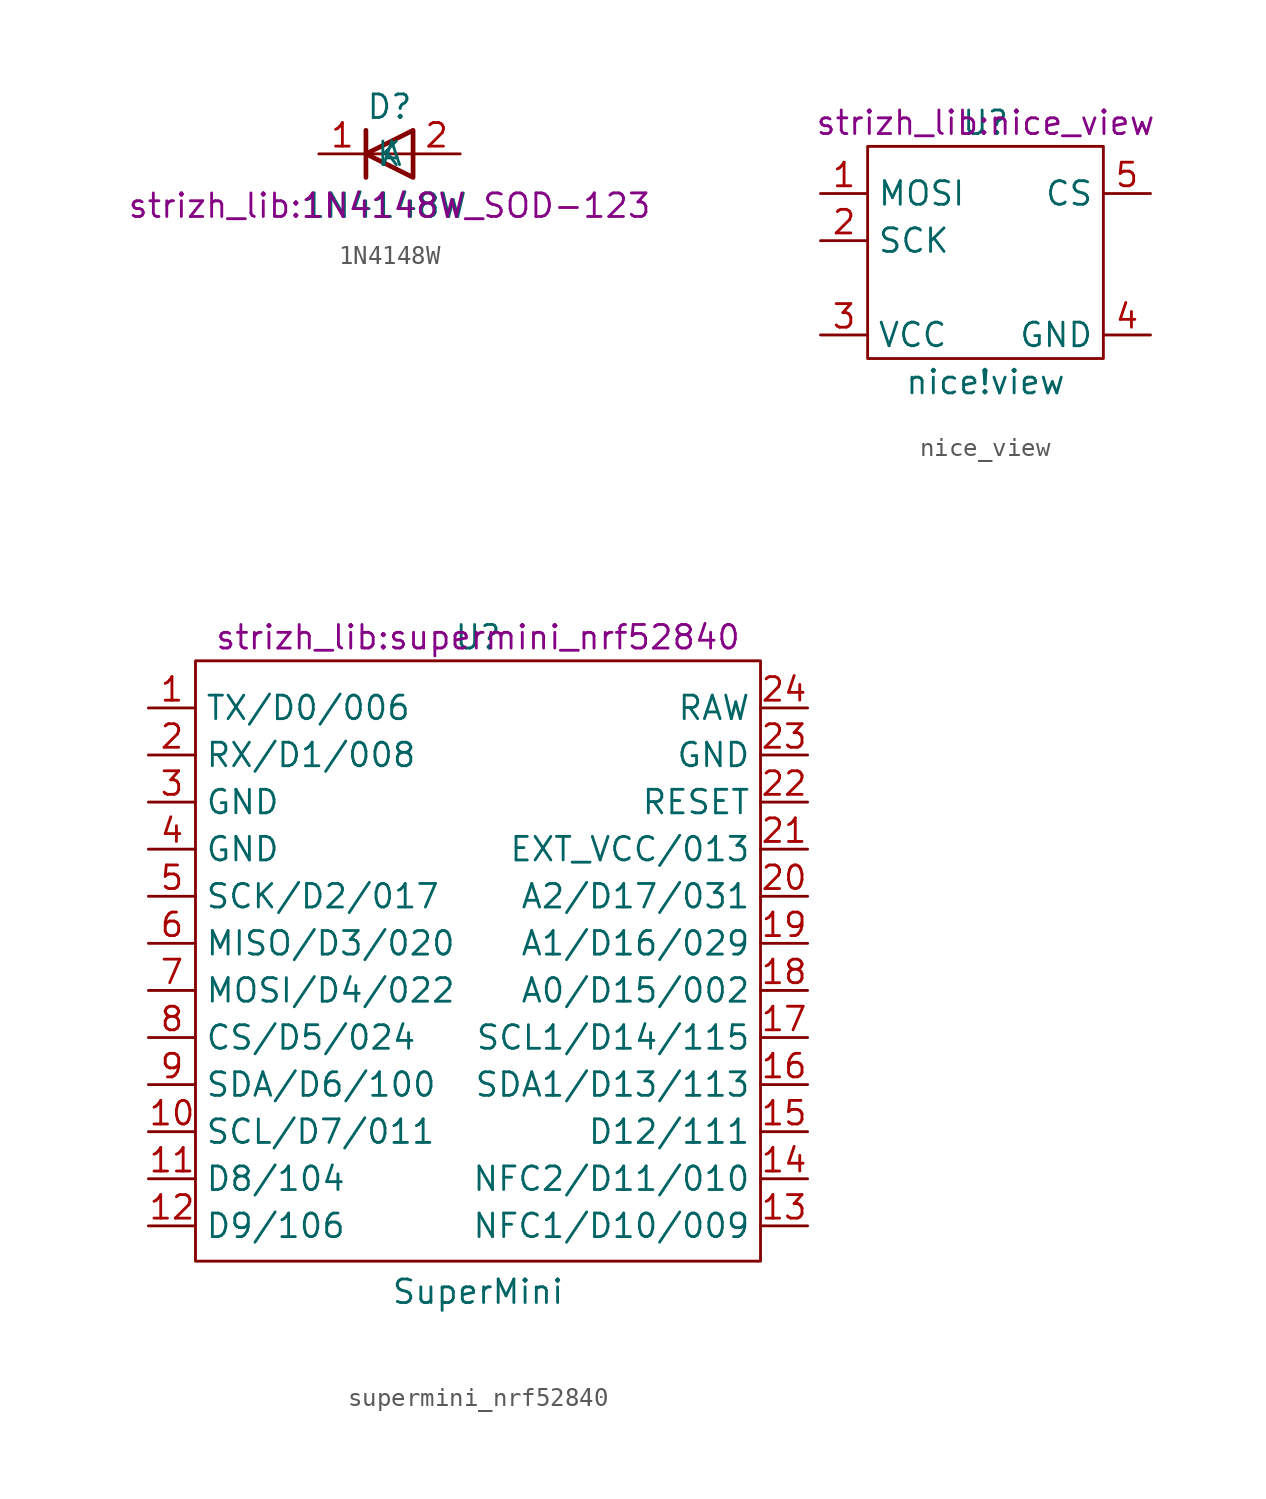
<source format=kicad_sym>
(kicad_symbol_lib
  (version 20241209)
  (generator "kicad_symbol_editor")
  (generator_version "9.0")
  (symbol "1N4148W"
    (property "Reference" "D"
      (at 0 0 0)
      (effects (font (size 1.27 1.27))))
    (property "Value" "1N4148W"
      (at -0.254 -5.334 0)
      (effects (font (size 1.27 1.27))))
    (property "Footprint" "strizh_lib:1N4148W_SOD-123"
      (at 0 -5.334 0)
      (effects (font (size 1.27 1.27))))
    (symbol "1N4148W_0_1"
      (polyline (pts (xy -1.27 -1.27) (xy -1.27 -3.81)) (stroke (width 0.254) (type default)) (fill (type none)))
      (polyline (pts (xy 1.27 -1.27) (xy 1.27 -3.81) (xy -1.27 -2.54) (xy 1.27 -1.27)) (stroke (width 0.254) (type default)) (fill (type none)))
      (polyline (pts (xy 1.27 -2.54) (xy -1.27 -2.54)) (stroke (width 0) (type default)) (fill (type none))))
    (symbol "1N4148W_1_1"
      (pin passive line (at -3.81 -2.54 0) (length 2.54) (name "K" (effects (font (size 1.27 1.27)))) (number "1" (effects (font (size 1.27 1.27)))))
      (pin passive line (at 3.81 -2.54 180) (length 2.54) (name "A" (effects (font (size 1.27 1.27)))) (number "2" (effects (font (size 1.27 1.27)))))))
  (symbol "nice_view"
    (property "Reference" "U"
      (at 0 0 0)
      (effects (font (size 1.27 1.27))))
    (property "Value" "nice!view"
      (at 0 -13.97 0)
      (effects (font (size 1.27 1.27))))
    (property "Footprint" "strizh_lib:nice_view"
      (at 0 0 0)
      (effects (font (size 1.27 1.27))))
    (symbol "nice_view_0_1"
      (rectangle (start -6.35 -1.27) (end 6.35 -12.7) (stroke (width 0) (type default)) (fill (type none))))
    (symbol "nice_view_1_1"
      (pin input line (at -8.89 -3.81 0) (length 2.54) (name "MOSI" (effects (font (size 1.27 1.27)))) (number "1" (effects (font (size 1.27 1.27)))))
      (pin input line (at -8.89 -6.35 0) (length 2.54) (name "SCK" (effects (font (size 1.27 1.27)))) (number "2" (effects (font (size 1.27 1.27)))))
      (pin power_in line (at -8.89 -11.43 0) (length 2.54) (name "VCC" (effects (font (size 1.27 1.27)))) (number "3" (effects (font (size 1.27 1.27)))))
      (pin input line (at 8.89 -3.81 180) (length 2.54) (name "CS" (effects (font (size 1.27 1.27)))) (number "5" (effects (font (size 1.27 1.27)))))
      (pin power_in line (at 8.89 -11.43 180) (length 2.54) (name "GND" (effects (font (size 1.27 1.27)))) (number "4" (effects (font (size 1.27 1.27)))))))
  (symbol "supermini_nrf52840"
    (property "Reference" "U"
      (at 0 0 0)
      (effects (font (size 1.27 1.27))))
    (property "Value" "SuperMini"
      (at 0 -35.306 0)
      (effects (font (size 1.27 1.27))))
    (property "Footprint" "strizh_lib:supermini_nrf52840"
      (at 0 0 0)
      (effects (font (size 1.27 1.27))))
    (symbol "supermini_nrf52840_0_1"
      (rectangle (start -15.24 -1.27) (end 15.24 -33.655) (stroke (width 0) (type default)) (fill (type none))))
    (symbol "supermini_nrf52840_1_1"
      (pin bidirectional line (at -17.78 -3.81 0) (length 2.54) (name "TX/D0/006" (effects (font (size 1.27 1.27)))) (number "1" (effects (font (size 1.27 1.27)))))
      (pin bidirectional line (at -17.78 -6.35 0) (length 2.54) (name "RX/D1/008" (effects (font (size 1.27 1.27)))) (number "2" (effects (font (size 1.27 1.27)))))
      (pin power_in line (at -17.78 -8.89 0) (length 2.54) (name "GND" (effects (font (size 1.27 1.27)))) (number "3" (effects (font (size 1.27 1.27)))))
      (pin power_in line (at -17.78 -11.43 0) (length 2.54) (name "GND" (effects (font (size 1.27 1.27)))) (number "4" (effects (font (size 1.27 1.27)))))
      (pin bidirectional line (at -17.78 -13.97 0) (length 2.54) (name "SCK/D2/017" (effects (font (size 1.27 1.27)))) (number "5" (effects (font (size 1.27 1.27)))))
      (pin bidirectional line (at -17.78 -16.51 0) (length 2.54) (name "MISO/D3/020" (effects (font (size 1.27 1.27)))) (number "6" (effects (font (size 1.27 1.27)))))
      (pin bidirectional line (at -17.78 -19.05 0) (length 2.54) (name "MOSI/D4/022" (effects (font (size 1.27 1.27)))) (number "7" (effects (font (size 1.27 1.27)))))
      (pin bidirectional line (at -17.78 -21.59 0) (length 2.54) (name "CS/D5/024" (effects (font (size 1.27 1.27)))) (number "8" (effects (font (size 1.27 1.27)))))
      (pin bidirectional line (at -17.78 -24.13 0) (length 2.54) (name "SDA/D6/100" (effects (font (size 1.27 1.27)))) (number "9" (effects (font (size 1.27 1.27)))))
      (pin bidirectional line (at -17.78 -26.67 0) (length 2.54) (name "SCL/D7/011" (effects (font (size 1.27 1.27)))) (number "10" (effects (font (size 1.27 1.27)))))
      (pin bidirectional line (at -17.78 -29.21 0) (length 2.54) (name "D8/104" (effects (font (size 1.27 1.27)))) (number "11" (effects (font (size 1.27 1.27)))))
      (pin bidirectional line (at -17.78 -31.75 0) (length 2.54) (name "D9/106" (effects (font (size 1.27 1.27)))) (number "12" (effects (font (size 1.27 1.27)))))
      (pin power_in line (at 17.78 -3.81 180) (length 2.54) (name "RAW" (effects (font (size 1.27 1.27)))) (number "24" (effects (font (size 1.27 1.27)))))
      (pin power_in line (at 17.78 -6.35 180) (length 2.54) (name "GND" (effects (font (size 1.27 1.27)))) (number "23" (effects (font (size 1.27 1.27)))))
      (pin input line (at 17.78 -8.89 180) (length 2.54) (name "RESET" (effects (font (size 1.27 1.27)))) (number "22" (effects (font (size 1.27 1.27)))))
      (pin power_out line (at 17.78 -11.43 180) (length 2.54) (name "EXT_VCC/013" (effects (font (size 1.27 1.27)))) (number "21" (effects (font (size 1.27 1.27)))))
      (pin bidirectional line (at 17.78 -13.97 180) (length 2.54) (name "A2/D17/031" (effects (font (size 1.27 1.27)))) (number "20" (effects (font (size 1.27 1.27)))))
      (pin bidirectional line (at 17.78 -16.51 180) (length 2.54) (name "A1/D16/029" (effects (font (size 1.27 1.27)))) (number "19" (effects (font (size 1.27 1.27)))))
      (pin bidirectional line (at 17.78 -19.05 180) (length 2.54) (name "A0/D15/002" (effects (font (size 1.27 1.27)))) (number "18" (effects (font (size 1.27 1.27)))))
      (pin bidirectional line (at 17.78 -21.59 180) (length 2.54) (name "SCL1/D14/115" (effects (font (size 1.27 1.27)))) (number "17" (effects (font (size 1.27 1.27)))))
      (pin bidirectional line (at 17.78 -24.13 180) (length 2.54) (name "SDA1/D13/113" (effects (font (size 1.27 1.27)))) (number "16" (effects (font (size 1.27 1.27)))))
      (pin bidirectional line (at 17.78 -26.67 180) (length 2.54) (name "D12/111" (effects (font (size 1.27 1.27)))) (number "15" (effects (font (size 1.27 1.27)))))
      (pin bidirectional line (at 17.78 -29.21 180) (length 2.54) (name "NFC2/D11/010" (effects (font (size 1.27 1.27)))) (number "14" (effects (font (size 1.27 1.27)))))
      (pin bidirectional line (at 17.78 -31.75 180) (length 2.54) (name "NFC1/D10/009" (effects (font (size 1.27 1.27)))) (number "13" (effects (font (size 1.27 1.27))))))))
</source>
